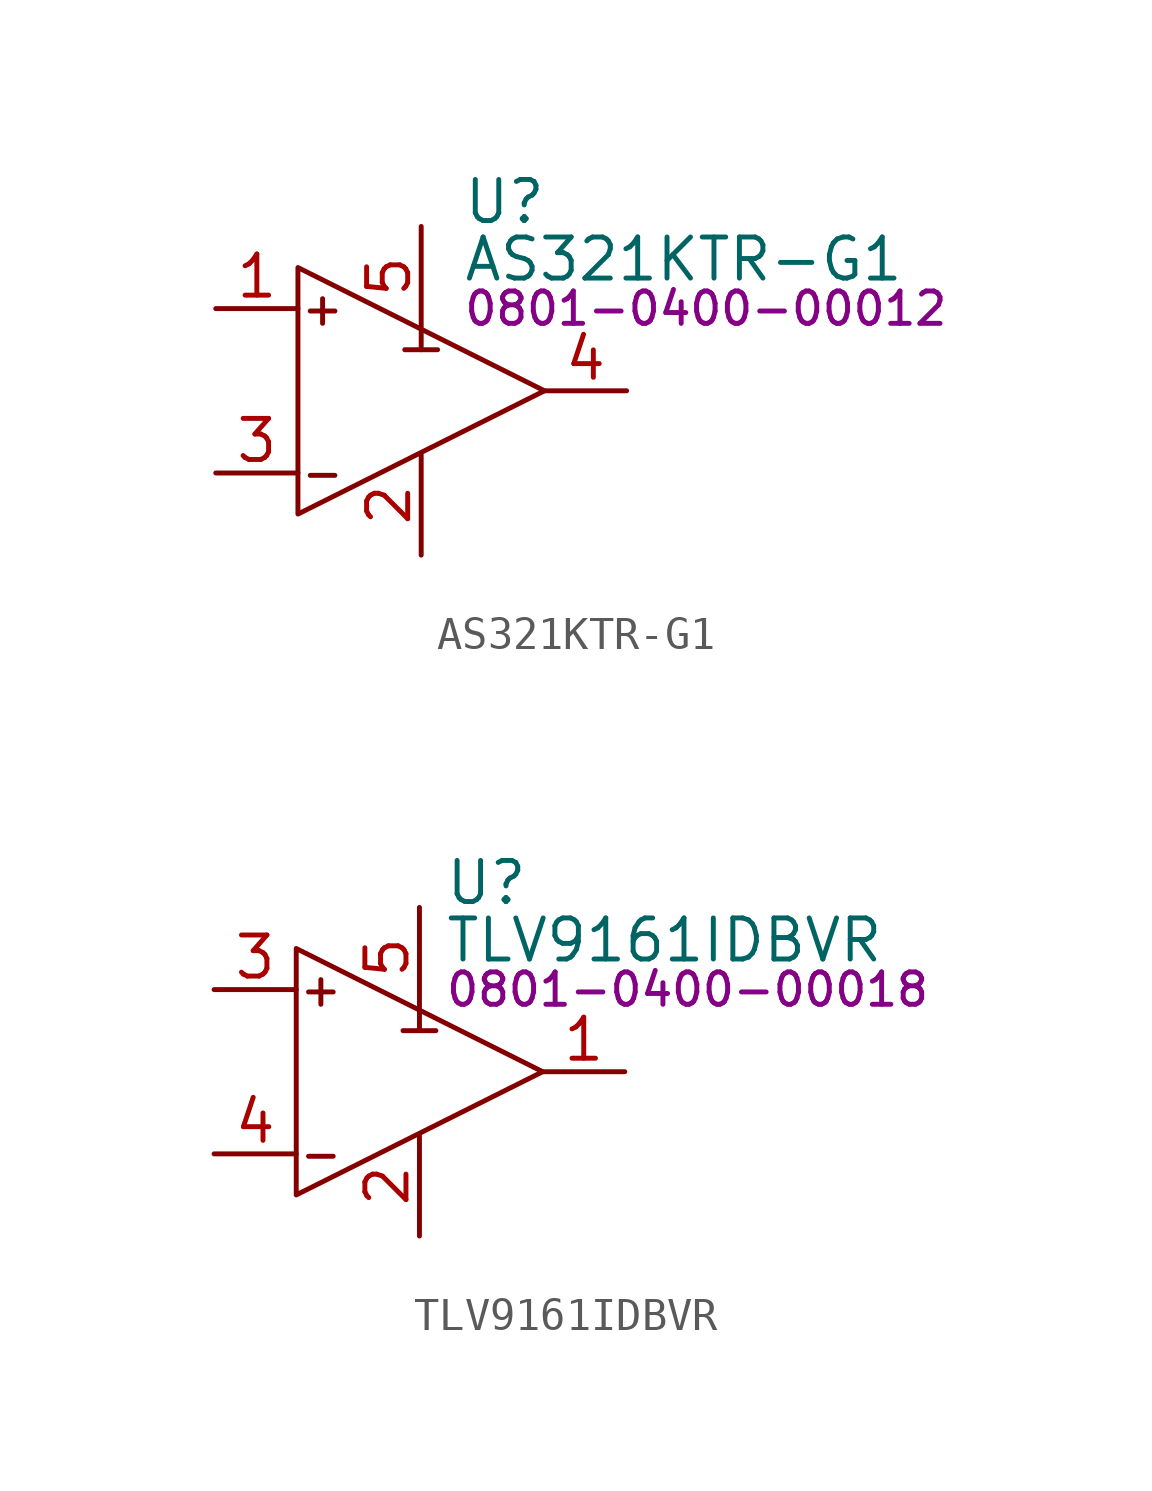
<source format=kicad_sym>
(kicad_symbol_lib
  (version 20231120)
  (generator "kicad_symbol_editor")
  (generator_version "8.0")
  (symbol "AS321KTR-G1"
    (property "Reference" "U"
      (at 5.08 5.842 0)
      (effects (font (size 1.27 1.27)) (justify left)))
    (property "Value" "AS321KTR-G1"
      (at 5.08 4.064 0)
      (effects (font (size 1.27 1.27)) (justify left)))
    (property "PartNumber" "0801-0400-00012"
      (at 5.08 2.54 0)
      (effects (font (size 1 1)) (justify left)))
    (symbol "AS321KTR-G1_0_0"
      (text "+" (at 0.762 2.54 0) (effects (font (size 1 1))))
      (text "-" (at 0.762 -2.54 0) (effects (font (size 1 1))))
      (pin bidirectional line (at -2.54 2.54 0) (length 2.54) (name "IN+" (effects (font (size 0 0)))) (number "1" (effects (font (size 1.27 1.27)))))
      (pin power_in line (at 3.81 -5.08 90) (length 3.1) (name "V-" (effects (font (size 0 0)))) (number "2" (effects (font (size 1.27 1.27)))))
      (pin bidirectional line (at -2.54 -2.54 0) (length 2.54) (name "IN-" (effects (font (size 0 0)))) (number "3" (effects (font (size 1.27 1.27)))))
      (pin bidirectional line (at 10.16 0 180) (length 2.54) (name "OUT" (effects (font (size 0 0)))) (number "4" (effects (font (size 1.27 1.27)))))
      (pin power_in line (at 3.81 5.08 270) (length 3.1) (name "V+" (effects (font (size 0 0)))) (number "5" (effects (font (size 1.27 1.27))))))
    (symbol "AS321KTR-G1_0_1"
      (polyline (pts (xy 3.302 1.27) (xy 4.318 1.27)) (stroke (width 0) (type default)) (fill (type none)))
      (polyline (pts (xy 3.811 1.877) (xy 3.81 1.27)) (stroke (width 0) (type default)) (fill (type none))))
    (symbol "AS321KTR-G1_1_0"
      (polyline (pts (xy 0 3.81) (xy 0 -3.81) (xy 7.62 0) (xy 0 3.81)) (stroke (width 0) (type default)) (fill (type none)))))
  (symbol "TLV9161IDBVR"
    (property "Reference" "U"
      (at 4.572 5.842 0)
      (effects (font (size 1.27 1.27)) (justify left)))
    (property "Value" "TLV9161IDBVR"
      (at 4.572 4.064 0)
      (effects (font (size 1.27 1.27)) (justify left)))
    (property "PartNumber" "0801-0400-00018"
      (at 4.572 2.54 0)
      (effects (font (size 1 1)) (justify left)))
    (symbol "TLV9161IDBVR_0_0"
      (text "+" (at 0.762 2.54 0) (effects (font (size 1 1))))
      (text "-" (at 0.762 -2.54 0) (effects (font (size 1 1))))
      (pin output line (at 10.16 0 180) (length 2.54) (name "OUT" (effects (font (size 0 0)))) (number "1" (effects (font (size 1.27 1.27)))))
      (pin power_in line (at 3.81 -5.08 90) (length 3.1) (name "V-" (effects (font (size 0 0)))) (number "2" (effects (font (size 1.27 1.27)))))
      (pin input line (at -2.54 2.54 0) (length 2.54) (name "IN+" (effects (font (size 0 0)))) (number "3" (effects (font (size 1.27 1.27)))))
      (pin input line (at -2.54 -2.54 0) (length 2.54) (name "IN-" (effects (font (size 0 0)))) (number "4" (effects (font (size 1.27 1.27)))))
      (pin power_in line (at 3.81 5.08 270) (length 3.1) (name "V+" (effects (font (size 0 0)))) (number "5" (effects (font (size 1.27 1.27))))))
    (symbol "TLV9161IDBVR_0_1"
      (polyline (pts (xy 3.302 1.27) (xy 4.318 1.27)) (stroke (width 0) (type default)) (fill (type none)))
      (polyline (pts (xy 3.811 1.877) (xy 3.81 1.27)) (stroke (width 0) (type default)) (fill (type none))))
    (symbol "TLV9161IDBVR_1_0"
      (polyline (pts (xy 0 3.81) (xy 0 -3.81) (xy 7.62 0) (xy 0 3.81)) (stroke (width 0) (type default)) (fill (type none))))))
</source>
